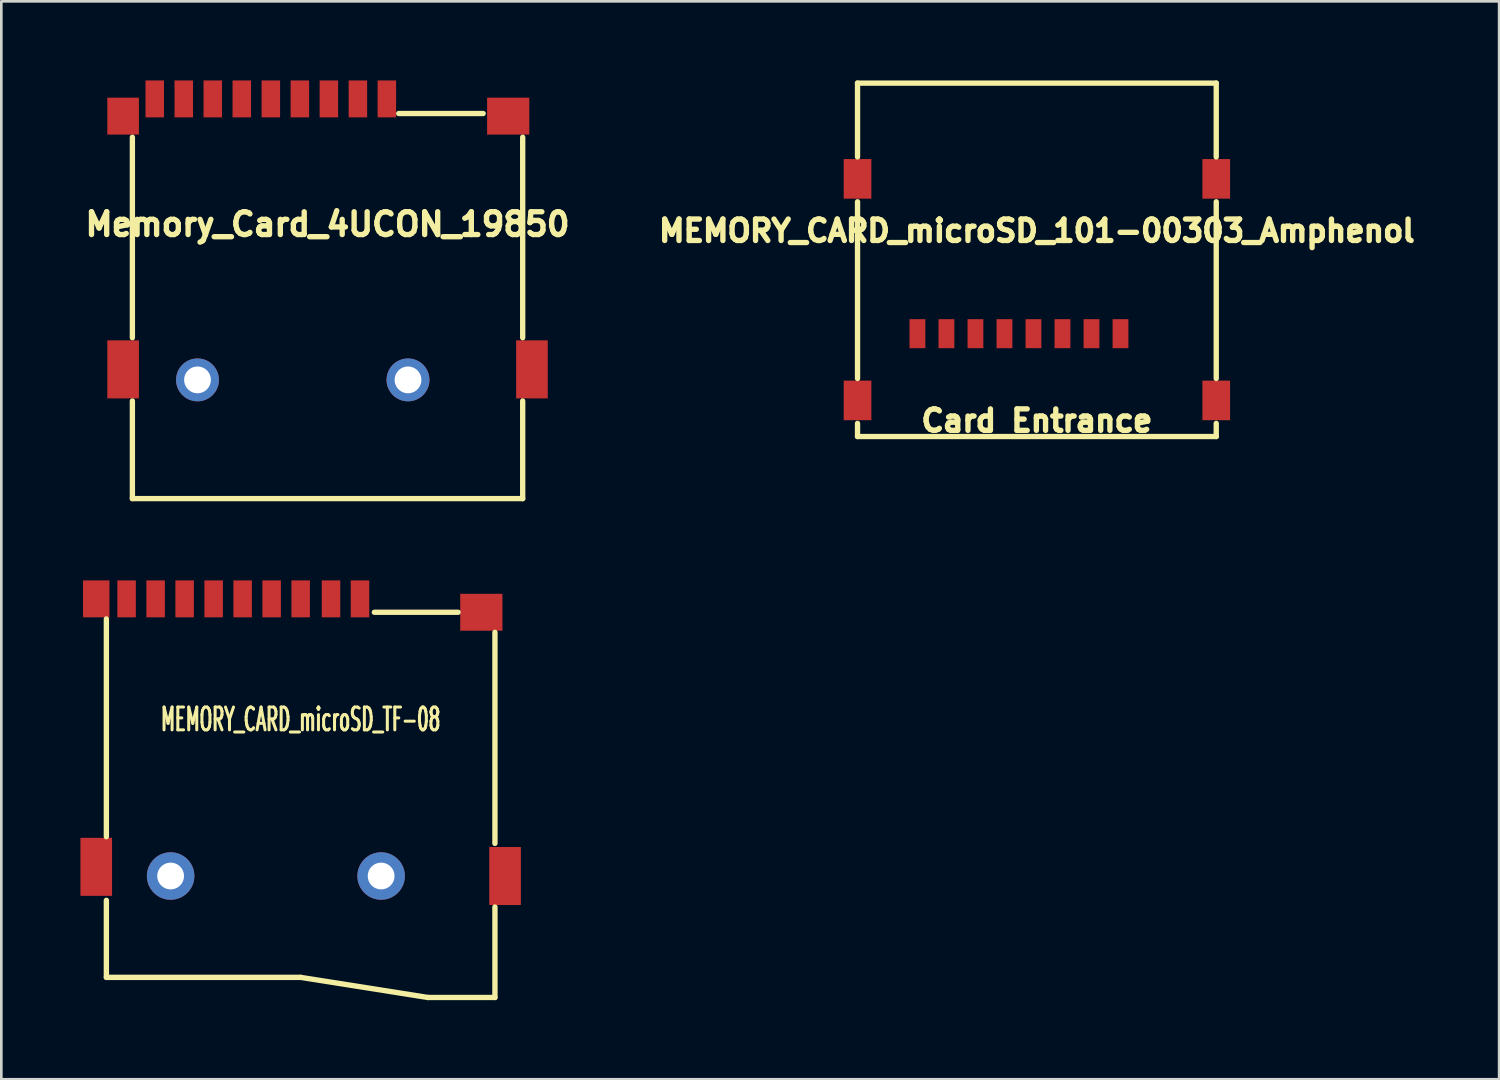
<source format=kicad_pcb>
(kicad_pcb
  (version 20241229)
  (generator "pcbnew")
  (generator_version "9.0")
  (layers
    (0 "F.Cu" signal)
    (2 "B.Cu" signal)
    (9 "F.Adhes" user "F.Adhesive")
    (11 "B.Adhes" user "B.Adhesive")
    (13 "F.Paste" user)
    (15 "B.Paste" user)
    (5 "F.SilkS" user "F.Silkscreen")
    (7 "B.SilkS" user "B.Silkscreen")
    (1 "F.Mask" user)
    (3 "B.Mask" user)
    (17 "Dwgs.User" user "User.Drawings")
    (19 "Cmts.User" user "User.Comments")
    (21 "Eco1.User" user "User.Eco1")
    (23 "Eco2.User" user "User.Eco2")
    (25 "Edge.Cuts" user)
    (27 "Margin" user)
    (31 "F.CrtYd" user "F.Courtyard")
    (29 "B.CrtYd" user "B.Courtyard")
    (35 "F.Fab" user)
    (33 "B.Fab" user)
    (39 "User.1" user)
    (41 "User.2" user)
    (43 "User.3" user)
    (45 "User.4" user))
  (footprint "MEMORY_CARD_microSD_101-00303_Amphenol"
    (layer "F.Cu")
    (at 36.262 9.601)
    (property "Reference" "MEMORY_CARD_microSD_101-00303_Amphenol" (at 0 -3.899 0) (layer "F.SilkS") (effects (font (size 0.813 0.813) (thickness 0.203))))
    (attr smd)
    (fp_line (start -6.8 -9.5) (end -6.8 -6.701) (stroke (width 0.203) (type solid)) (layer "F.SilkS"))
    (fp_line (start -6.8 -9.5) (end 6.8 -9.5) (stroke (width 0.203) (type solid)) (layer "F.SilkS"))
    (fp_line (start -6.8 -5.001) (end -6.8 1.699) (stroke (width 0.203) (type solid)) (layer "F.SilkS"))
    (fp_line (start -6.8 3.401) (end -6.8 3.899) (stroke (width 0.203) (type solid)) (layer "F.SilkS"))
    (fp_line (start -6.8 3.899) (end 6.8 3.899) (stroke (width 0.203) (type solid)) (layer "F.SilkS"))
    (fp_line (start 6.8 -9.5) (end 6.8 -6.701) (stroke (width 0.203) (type solid)) (layer "F.SilkS"))
    (fp_line (start 6.8 -5.001) (end 6.8 1.699) (stroke (width 0.203) (type solid)) (layer "F.SilkS"))
    (fp_line (start 6.8 3.899) (end 6.8 3.401) (stroke (width 0.203) (type solid)) (layer "F.SilkS"))
    (fp_text user "Card Entrance" (at 0 3.299 0) (layer "F.SilkS") (effects (font (size 0.813 0.813) (thickness 0.203))))
    (pad "1" smd rect (at 3.17 0) (size 0.599 1.1) (layers "F.Cu" "F.Mask" "F.Paste"))
    (pad "2" smd rect (at 2.07 0) (size 0.599 1.1) (layers "F.Cu" "F.Mask" "F.Paste"))
    (pad "3" smd rect (at 0.97 0) (size 0.599 1.1) (layers "F.Cu" "F.Mask" "F.Paste"))
    (pad "4" smd rect (at -0.13 0) (size 0.599 1.1) (layers "F.Cu" "F.Mask" "F.Paste"))
    (pad "5" smd rect (at -1.229 0) (size 0.599 1.1) (layers "F.Cu" "F.Mask" "F.Paste"))
    (pad "6" smd rect (at -2.329 0) (size 0.599 1.1) (layers "F.Cu" "F.Mask" "F.Paste"))
    (pad "7" smd rect (at -3.429 0) (size 0.599 1.1) (layers "F.Cu" "F.Mask" "F.Paste"))
    (pad "8" smd rect (at -4.529 0) (size 0.599 1.1) (layers "F.Cu" "F.Mask" "F.Paste"))
    (pad "9" smd rect (at -6.8 -5.87) (size 1.049 1.501) (layers "F.Cu" "F.Mask" "F.Paste"))
    (pad "9" smd rect (at -6.8 2.53) (size 1.049 1.501) (layers "F.Cu" "F.Mask" "F.Paste"))
    (pad "9" smd rect (at 6.8 -5.87) (size 1.049 1.501) (layers "F.Cu" "F.Mask" "F.Paste"))
    (pad "9" smd rect (at 6.8 2.53) (size 1.049 1.501) (layers "F.Cu" "F.Mask" "F.Paste")))
  (footprint "Memory_Card_4UCON_19850"
    (layer "F.Cu")
    (at 9.368 1.353)
    (property "Reference" "Memory_Card_4UCON_19850" (at 0 4.1 0) (layer "F.SilkS") (effects (font (size 0.864 0.864) (thickness 0.203))))
    (attr through_hole)
    (fp_line (start -7.399 0.8) (end -7.399 8.4) (stroke (width 0.203) (type solid)) (layer "F.SilkS"))
    (fp_line (start -7.399 14.501) (end -7.399 10.8) (stroke (width 0.203) (type solid)) (layer "F.SilkS"))
    (fp_line (start 5.9 -0.099) (end 2.7 -0.099) (stroke (width 0.203) (type solid)) (layer "F.SilkS"))
    (fp_line (start 7.399 0.8) (end 7.399 8.4) (stroke (width 0.203) (type solid)) (layer "F.SilkS"))
    (fp_line (start 7.399 10.8) (end 7.399 14.501) (stroke (width 0.203) (type solid)) (layer "F.SilkS"))
    (fp_line (start 7.399 14.501) (end -7.399 14.501) (stroke (width 0.203) (type solid)) (layer "F.SilkS"))
    (pad "1" smd rect (at 2.25 -0.653) (size 0.701 1.4) (layers "F.Cu" "F.Mask" "F.Paste"))
    (pad "2" smd rect (at 1.151 -0.653) (size 0.701 1.4) (layers "F.Cu" "F.Mask" "F.Paste"))
    (pad "3" smd rect (at 0.051 -0.653) (size 0.701 1.4) (layers "F.Cu" "F.Mask" "F.Paste"))
    (pad "4" smd rect (at -1.049 -0.653) (size 0.701 1.4) (layers "F.Cu" "F.Mask" "F.Paste"))
    (pad "5" smd rect (at -2.149 -0.653) (size 0.701 1.4) (layers "F.Cu" "F.Mask" "F.Paste"))
    (pad "6" smd rect (at -3.251 -0.653) (size 0.701 1.4) (layers "F.Cu" "F.Mask" "F.Paste"))
    (pad "7" smd rect (at -4.351 -0.653) (size 0.701 1.4) (layers "F.Cu" "F.Mask" "F.Paste"))
    (pad "8" smd rect (at -5.451 -0.653) (size 0.701 1.4) (layers "F.Cu" "F.Mask" "F.Paste"))
    (pad "9" smd rect (at -7.75 0) (size 1.199 1.4) (layers "F.Cu" "F.Mask" "F.Paste"))
    (pad "9" smd rect (at -7.75 9.601) (size 1.199 2.2) (layers "F.Cu" "F.Mask" "F.Paste"))
    (pad "9" thru_hole circle (at -4.93 10) (size 1.626 1.626) (drill 1.016) (layers "*.Cu" "*.Mask"))
    (pad "9" thru_hole circle (at 3.051 10) (size 1.626 1.626) (drill 1.016) (layers "*.Cu" "*.Mask"))
    (pad "9" smd rect (at 6.85 0) (size 1.6 1.4) (layers "F.Cu" "F.Mask" "F.Paste"))
    (pad "9" smd rect (at 7.75 9.601) (size 1.199 2.2) (layers "F.Cu" "F.Mask" "F.Paste"))
    (pad "10" smd rect (at -6.551 -0.653) (size 0.701 1.4) (layers "F.Cu" "F.Mask" "F.Paste")))
  (footprint "MEMORY_CARD_microSD_TF-08"
    (layer "F.Cu")
    (at 8.349 20.163)
    (property "Reference" "MEMORY_CARD_microSD_TF-08" (at 0 4.064 0) (layer "F.SilkS") (effects (font (size 0.864 0.457) (thickness 0.203))))
    (attr smd)
    (fp_line (start -7.366 0.254) (end -7.366 8.509) (stroke (width 0.203) (type solid)) (layer "F.SilkS"))
    (fp_line (start -7.366 10.922) (end -7.366 13.843) (stroke (width 0.203) (type solid)) (layer "F.SilkS"))
    (fp_line (start -7.366 13.843) (end 0 13.843) (stroke (width 0.203) (type solid)) (layer "F.SilkS"))
    (fp_line (start 4.826 14.605) (end 0 13.843) (stroke (width 0.203) (type solid)) (layer "F.SilkS"))
    (fp_line (start 5.969 0) (end 2.794 0) (stroke (width 0.203) (type solid)) (layer "F.SilkS"))
    (fp_line (start 7.366 0.762) (end 7.366 8.763) (stroke (width 0.203) (type solid)) (layer "F.SilkS"))
    (fp_line (start 7.366 11.176) (end 7.366 14.605) (stroke (width 0.203) (type solid)) (layer "F.SilkS"))
    (fp_line (start 7.366 14.605) (end 4.826 14.605) (stroke (width 0.203) (type solid)) (layer "F.SilkS"))
    (pad "1" smd rect (at 2.25 -0.508) (size 0.701 1.4) (layers "F.Cu" "F.Mask" "F.Paste"))
    (pad "2" smd rect (at 1.151 -0.508) (size 0.701 1.4) (layers "F.Cu" "F.Mask" "F.Paste"))
    (pad "3" smd rect (at 0 -0.508) (size 0.701 1.4) (layers "F.Cu" "F.Mask" "F.Paste"))
    (pad "4" smd rect (at -1.1 -0.508) (size 0.701 1.4) (layers "F.Cu" "F.Mask" "F.Paste"))
    (pad "5" smd rect (at -2.2 -0.508) (size 0.701 1.4) (layers "F.Cu" "F.Mask" "F.Paste"))
    (pad "6" smd rect (at -3.299 -0.508) (size 0.701 1.4) (layers "F.Cu" "F.Mask" "F.Paste"))
    (pad "7" smd rect (at -4.399 -0.508) (size 0.701 1.4) (layers "F.Cu" "F.Mask" "F.Paste"))
    (pad "8" smd rect (at -5.499 -0.508) (size 0.701 1.4) (layers "F.Cu" "F.Mask" "F.Paste"))
    (pad "9" smd rect (at -7.75 -0.508) (size 1.001 1.4) (layers "F.Cu" "F.Mask" "F.Paste"))
    (pad "9" smd rect (at -7.75 9.652) (size 1.199 2.2) (layers "F.Cu" "F.Mask" "F.Paste"))
    (pad "9" thru_hole circle (at -4.93 10) (size 1.801 1.801) (drill 1.016) (layers "*.Cu" "*.Mask"))
    (pad "9" thru_hole circle (at 3.051 10) (size 1.801 1.801) (drill 1.016) (layers "*.Cu" "*.Mask"))
    (pad "9" smd rect (at 6.85 0) (size 1.6 1.4) (layers "F.Cu" "F.Mask" "F.Paste"))
    (pad "9" smd rect (at 7.75 10) (size 1.199 2.2) (layers "F.Cu" "F.Mask" "F.Paste"))
    (pad "10" smd rect (at -6.599 -0.508) (size 0.701 1.4) (layers "F.Cu" "F.Mask" "F.Paste")))
  (gr_rect
    (start -3 -3)
    (end 53.787 37.869)
    (stroke (width 0.1) (type default))
    (fill no)
    (layer "Edge.Cuts")))
</source>
